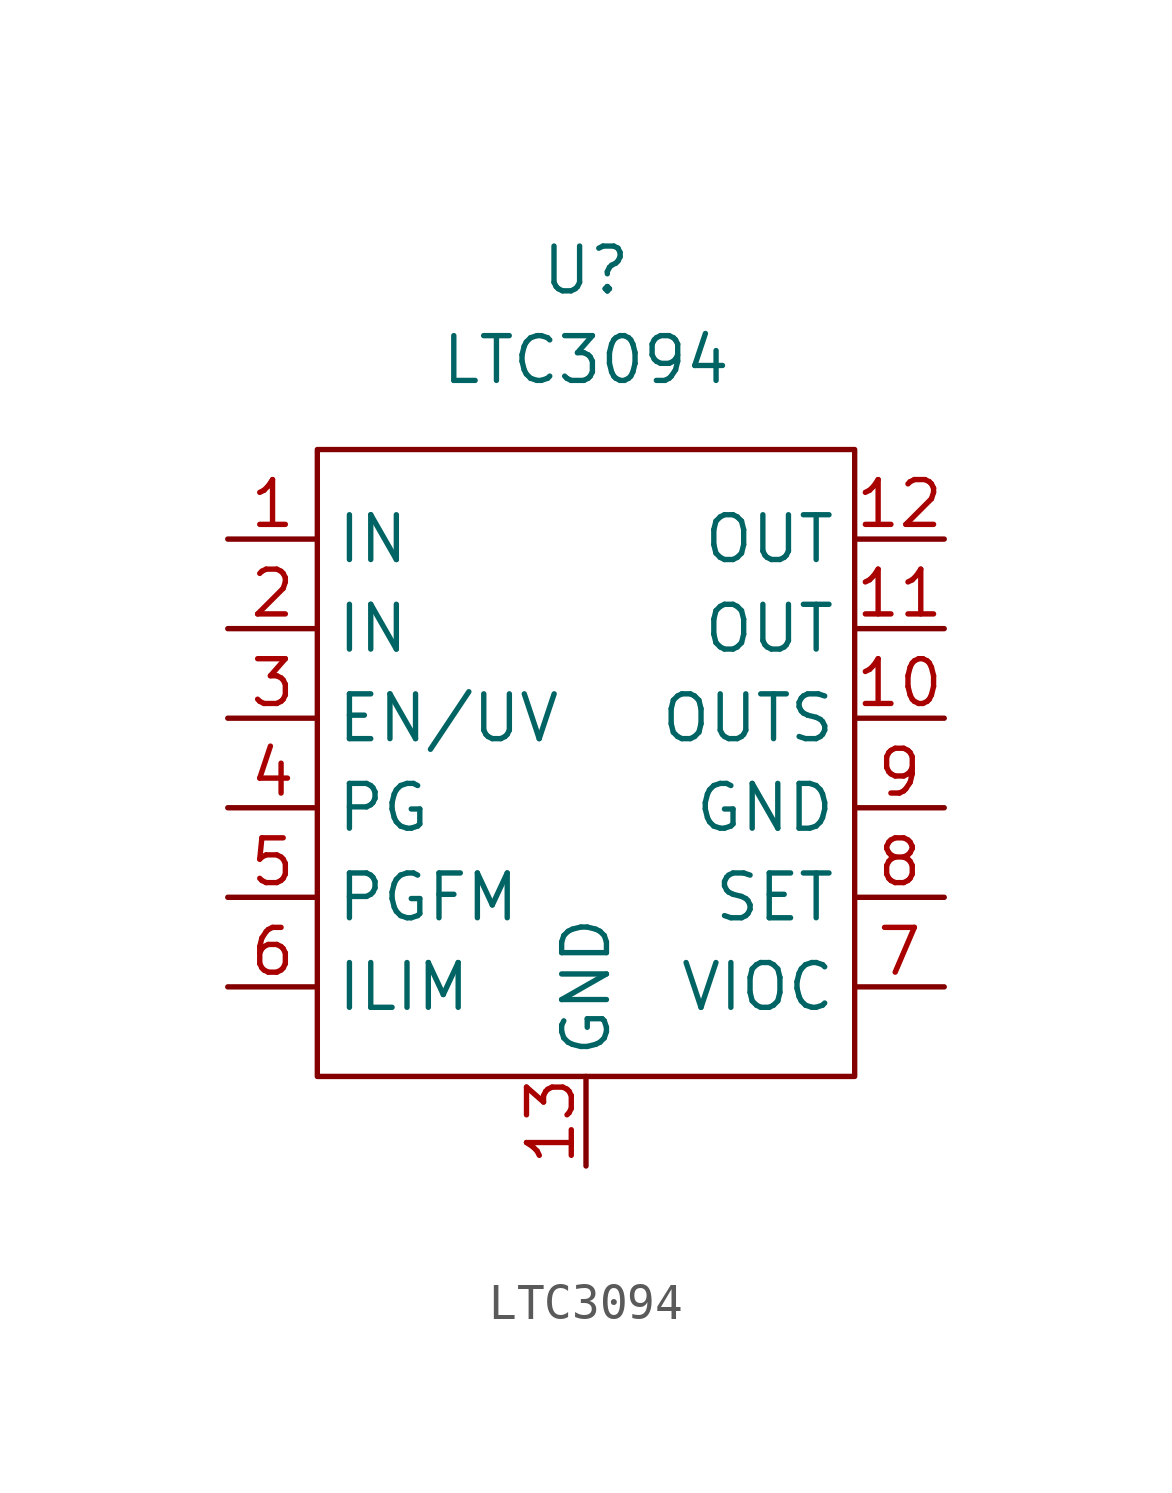
<source format=kicad_sym>
(kicad_symbol_lib
  (version 20211014)
  (generator kicad_symbol_editor)
  (symbol "LTC3094"
    (property "Reference" "U"
      (at 0 12.7 0)
      (effects (font (size 1.27 1.27))))
    (property "Value" "LTC3094"
      (at 0 10.16 0)
      (effects (font (size 1.27 1.27))))
    (symbol "LTC3094_0_1"
      (rectangle (start -7.62 7.62) (end 7.62 -10.16) (stroke (width 0.152) (type default) (color 0 0 0 0)) (fill (type none))))
    (symbol "LTC3094_1_1"
      (pin input line (at -10.16 5.08 0) (length 2.54) (name "IN" (effects (font (size 1.27 1.27)))) (number "1" (effects (font (size 1.27 1.27)))))
      (pin input line (at 10.16 0 180) (length 2.54) (name "OUTS" (effects (font (size 1.27 1.27)))) (number "10" (effects (font (size 1.27 1.27)))))
      (pin input line (at 10.16 2.54 180) (length 2.54) (name "OUT" (effects (font (size 1.27 1.27)))) (number "11" (effects (font (size 1.27 1.27)))))
      (pin input line (at 10.16 5.08 180) (length 2.54) (name "OUT" (effects (font (size 1.27 1.27)))) (number "12" (effects (font (size 1.27 1.27)))))
      (pin input line (at 0 -12.7 90) (length 2.54) (name "GND" (effects (font (size 1.27 1.27)))) (number "13" (effects (font (size 1.27 1.27)))))
      (pin input line (at -10.16 2.54 0) (length 2.54) (name "IN" (effects (font (size 1.27 1.27)))) (number "2" (effects (font (size 1.27 1.27)))))
      (pin input line (at -10.16 0 0) (length 2.54) (name "EN/UV" (effects (font (size 1.27 1.27)))) (number "3" (effects (font (size 1.27 1.27)))))
      (pin input line (at -10.16 -2.54 0) (length 2.54) (name "PG" (effects (font (size 1.27 1.27)))) (number "4" (effects (font (size 1.27 1.27)))))
      (pin input line (at -10.16 -5.08 0) (length 2.54) (name "PGFM" (effects (font (size 1.27 1.27)))) (number "5" (effects (font (size 1.27 1.27)))))
      (pin input line (at -10.16 -7.62 0) (length 2.54) (name "ILIM" (effects (font (size 1.27 1.27)))) (number "6" (effects (font (size 1.27 1.27)))))
      (pin input line (at 10.16 -7.62 180) (length 2.54) (name "VIOC" (effects (font (size 1.27 1.27)))) (number "7" (effects (font (size 1.27 1.27)))))
      (pin input line (at 10.16 -5.08 180) (length 2.54) (name "SET" (effects (font (size 1.27 1.27)))) (number "8" (effects (font (size 1.27 1.27)))))
      (pin input line (at 10.16 -2.54 180) (length 2.54) (name "GND" (effects (font (size 1.27 1.27)))) (number "9" (effects (font (size 1.27 1.27))))))))
</source>
